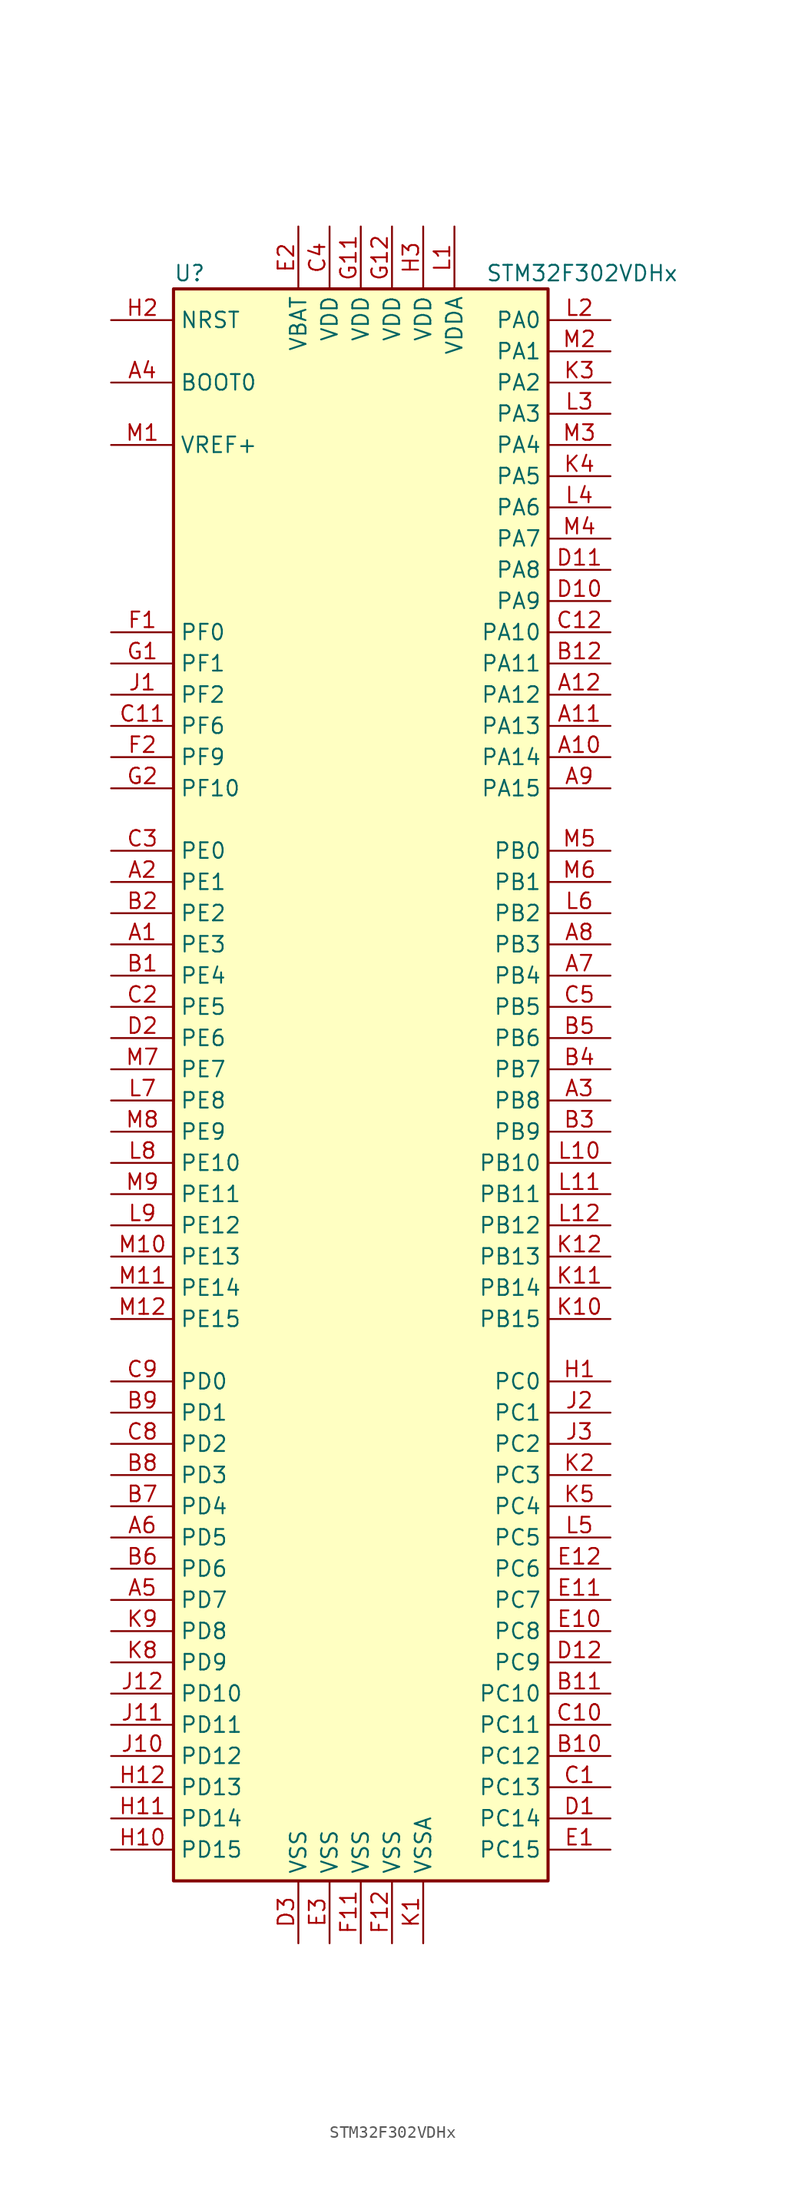
<source format=kicad_sym>
(kicad_symbol_lib
  (version 20201005)
  (generator kicad_symbol_editor)
  (symbol "STM32F302VDHx"
    (property "Reference" "U"
      (at -15.24 64.77 0)
      (effects (font (size 1.27 1.27)) (justify left)))
    (property "Value" "STM32F302VDHx"
      (at 10.16 64.77 0)
      (effects (font (size 1.27 1.27)) (justify left)))
    (symbol "STM32F302VDHx_0_1"
      (rectangle (start -15.24 -66.04) (end 15.24 63.5) (stroke (width 0.254)) (fill (type background))))
    (symbol "STM32F302VDHx_1_1"
      (pin bidirectional line (at -20.32 10.16 0) (length 5.08) (name "PE3" (effects (font (size 1.27 1.27)))) (number "A1" (effects (font (size 1.27 1.27)))))
      (pin bidirectional line (at 20.32 25.4 180) (length 5.08) (name "PA14" (effects (font (size 1.27 1.27)))) (number "A10" (effects (font (size 1.27 1.27)))))
      (pin bidirectional line (at 20.32 27.94 180) (length 5.08) (name "PA13" (effects (font (size 1.27 1.27)))) (number "A11" (effects (font (size 1.27 1.27)))))
      (pin bidirectional line (at 20.32 30.48 180) (length 5.08) (name "PA12" (effects (font (size 1.27 1.27)))) (number "A12" (effects (font (size 1.27 1.27)))))
      (pin bidirectional line (at -20.32 15.24 0) (length 5.08) (name "PE1" (effects (font (size 1.27 1.27)))) (number "A2" (effects (font (size 1.27 1.27)))))
      (pin bidirectional line (at 20.32 -2.54 180) (length 5.08) (name "PB8" (effects (font (size 1.27 1.27)))) (number "A3" (effects (font (size 1.27 1.27)))))
      (pin input line (at -20.32 55.88 0) (length 5.08) (name "BOOT0" (effects (font (size 1.27 1.27)))) (number "A4" (effects (font (size 1.27 1.27)))))
      (pin bidirectional line (at -20.32 -43.18 0) (length 5.08) (name "PD7" (effects (font (size 1.27 1.27)))) (number "A5" (effects (font (size 1.27 1.27)))))
      (pin bidirectional line (at -20.32 -38.1 0) (length 5.08) (name "PD5" (effects (font (size 1.27 1.27)))) (number "A6" (effects (font (size 1.27 1.27)))))
      (pin bidirectional line (at 20.32 7.62 180) (length 5.08) (name "PB4" (effects (font (size 1.27 1.27)))) (number "A7" (effects (font (size 1.27 1.27)))))
      (pin bidirectional line (at 20.32 10.16 180) (length 5.08) (name "PB3" (effects (font (size 1.27 1.27)))) (number "A8" (effects (font (size 1.27 1.27)))))
      (pin bidirectional line (at 20.32 22.86 180) (length 5.08) (name "PA15" (effects (font (size 1.27 1.27)))) (number "A9" (effects (font (size 1.27 1.27)))))
      (pin bidirectional line (at -20.32 7.62 0) (length 5.08) (name "PE4" (effects (font (size 1.27 1.27)))) (number "B1" (effects (font (size 1.27 1.27)))))
      (pin bidirectional line (at 20.32 -55.88 180) (length 5.08) (name "PC12" (effects (font (size 1.27 1.27)))) (number "B10" (effects (font (size 1.27 1.27)))))
      (pin bidirectional line (at 20.32 -50.8 180) (length 5.08) (name "PC10" (effects (font (size 1.27 1.27)))) (number "B11" (effects (font (size 1.27 1.27)))))
      (pin bidirectional line (at 20.32 33.02 180) (length 5.08) (name "PA11" (effects (font (size 1.27 1.27)))) (number "B12" (effects (font (size 1.27 1.27)))))
      (pin bidirectional line (at -20.32 12.7 0) (length 5.08) (name "PE2" (effects (font (size 1.27 1.27)))) (number "B2" (effects (font (size 1.27 1.27)))))
      (pin bidirectional line (at 20.32 -5.08 180) (length 5.08) (name "PB9" (effects (font (size 1.27 1.27)))) (number "B3" (effects (font (size 1.27 1.27)))))
      (pin bidirectional line (at 20.32 0 180) (length 5.08) (name "PB7" (effects (font (size 1.27 1.27)))) (number "B4" (effects (font (size 1.27 1.27)))))
      (pin bidirectional line (at 20.32 2.54 180) (length 5.08) (name "PB6" (effects (font (size 1.27 1.27)))) (number "B5" (effects (font (size 1.27 1.27)))))
      (pin bidirectional line (at -20.32 -40.64 0) (length 5.08) (name "PD6" (effects (font (size 1.27 1.27)))) (number "B6" (effects (font (size 1.27 1.27)))))
      (pin bidirectional line (at -20.32 -35.56 0) (length 5.08) (name "PD4" (effects (font (size 1.27 1.27)))) (number "B7" (effects (font (size 1.27 1.27)))))
      (pin bidirectional line (at -20.32 -33.02 0) (length 5.08) (name "PD3" (effects (font (size 1.27 1.27)))) (number "B8" (effects (font (size 1.27 1.27)))))
      (pin bidirectional line (at -20.32 -27.94 0) (length 5.08) (name "PD1" (effects (font (size 1.27 1.27)))) (number "B9" (effects (font (size 1.27 1.27)))))
      (pin bidirectional line (at 20.32 -58.42 180) (length 5.08) (name "PC13" (effects (font (size 1.27 1.27)))) (number "C1" (effects (font (size 1.27 1.27)))))
      (pin bidirectional line (at 20.32 -53.34 180) (length 5.08) (name "PC11" (effects (font (size 1.27 1.27)))) (number "C10" (effects (font (size 1.27 1.27)))))
      (pin bidirectional line (at -20.32 27.94 0) (length 5.08) (name "PF6" (effects (font (size 1.27 1.27)))) (number "C11" (effects (font (size 1.27 1.27)))))
      (pin bidirectional line (at 20.32 35.56 180) (length 5.08) (name "PA10" (effects (font (size 1.27 1.27)))) (number "C12" (effects (font (size 1.27 1.27)))))
      (pin bidirectional line (at -20.32 5.08 0) (length 5.08) (name "PE5" (effects (font (size 1.27 1.27)))) (number "C2" (effects (font (size 1.27 1.27)))))
      (pin bidirectional line (at -20.32 17.78 0) (length 5.08) (name "PE0" (effects (font (size 1.27 1.27)))) (number "C3" (effects (font (size 1.27 1.27)))))
      (pin power_in line (at -2.54 68.58 270) (length 5.08) (name "VDD" (effects (font (size 1.27 1.27)))) (number "C4" (effects (font (size 1.27 1.27)))))
      (pin bidirectional line (at 20.32 5.08 180) (length 5.08) (name "PB5" (effects (font (size 1.27 1.27)))) (number "C5" (effects (font (size 1.27 1.27)))))
      (pin bidirectional line (at -20.32 -30.48 0) (length 5.08) (name "PD2" (effects (font (size 1.27 1.27)))) (number "C8" (effects (font (size 1.27 1.27)))))
      (pin bidirectional line (at -20.32 -25.4 0) (length 5.08) (name "PD0" (effects (font (size 1.27 1.27)))) (number "C9" (effects (font (size 1.27 1.27)))))
      (pin bidirectional line (at 20.32 -60.96 180) (length 5.08) (name "PC14" (effects (font (size 1.27 1.27)))) (number "D1" (effects (font (size 1.27 1.27)))))
      (pin bidirectional line (at 20.32 38.1 180) (length 5.08) (name "PA9" (effects (font (size 1.27 1.27)))) (number "D10" (effects (font (size 1.27 1.27)))))
      (pin bidirectional line (at 20.32 40.64 180) (length 5.08) (name "PA8" (effects (font (size 1.27 1.27)))) (number "D11" (effects (font (size 1.27 1.27)))))
      (pin bidirectional line (at 20.32 -48.26 180) (length 5.08) (name "PC9" (effects (font (size 1.27 1.27)))) (number "D12" (effects (font (size 1.27 1.27)))))
      (pin bidirectional line (at -20.32 2.54 0) (length 5.08) (name "PE6" (effects (font (size 1.27 1.27)))) (number "D2" (effects (font (size 1.27 1.27)))))
      (pin power_in line (at -5.08 -71.12 90) (length 5.08) (name "VSS" (effects (font (size 1.27 1.27)))) (number "D3" (effects (font (size 1.27 1.27)))))
      (pin bidirectional line (at 20.32 -63.5 180) (length 5.08) (name "PC15" (effects (font (size 1.27 1.27)))) (number "E1" (effects (font (size 1.27 1.27)))))
      (pin bidirectional line (at 20.32 -45.72 180) (length 5.08) (name "PC8" (effects (font (size 1.27 1.27)))) (number "E10" (effects (font (size 1.27 1.27)))))
      (pin bidirectional line (at 20.32 -43.18 180) (length 5.08) (name "PC7" (effects (font (size 1.27 1.27)))) (number "E11" (effects (font (size 1.27 1.27)))))
      (pin bidirectional line (at 20.32 -40.64 180) (length 5.08) (name "PC6" (effects (font (size 1.27 1.27)))) (number "E12" (effects (font (size 1.27 1.27)))))
      (pin power_in line (at -5.08 68.58 270) (length 5.08) (name "VBAT" (effects (font (size 1.27 1.27)))) (number "E2" (effects (font (size 1.27 1.27)))))
      (pin power_in line (at -2.54 -71.12 90) (length 5.08) (name "VSS" (effects (font (size 1.27 1.27)))) (number "E3" (effects (font (size 1.27 1.27)))))
      (pin input line (at -20.32 35.56 0) (length 5.08) (name "PF0" (effects (font (size 1.27 1.27)))) (number "F1" (effects (font (size 1.27 1.27)))))
      (pin power_in line (at 0 -71.12 90) (length 5.08) (name "VSS" (effects (font (size 1.27 1.27)))) (number "F11" (effects (font (size 1.27 1.27)))))
      (pin power_in line (at 2.54 -71.12 90) (length 5.08) (name "VSS" (effects (font (size 1.27 1.27)))) (number "F12" (effects (font (size 1.27 1.27)))))
      (pin bidirectional line (at -20.32 25.4 0) (length 5.08) (name "PF9" (effects (font (size 1.27 1.27)))) (number "F2" (effects (font (size 1.27 1.27)))))
      (pin input line (at -20.32 33.02 0) (length 5.08) (name "PF1" (effects (font (size 1.27 1.27)))) (number "G1" (effects (font (size 1.27 1.27)))))
      (pin power_in line (at 0 68.58 270) (length 5.08) (name "VDD" (effects (font (size 1.27 1.27)))) (number "G11" (effects (font (size 1.27 1.27)))))
      (pin power_in line (at 2.54 68.58 270) (length 5.08) (name "VDD" (effects (font (size 1.27 1.27)))) (number "G12" (effects (font (size 1.27 1.27)))))
      (pin bidirectional line (at -20.32 22.86 0) (length 5.08) (name "PF10" (effects (font (size 1.27 1.27)))) (number "G2" (effects (font (size 1.27 1.27)))))
      (pin bidirectional line (at 20.32 -25.4 180) (length 5.08) (name "PC0" (effects (font (size 1.27 1.27)))) (number "H1" (effects (font (size 1.27 1.27)))))
      (pin bidirectional line (at -20.32 -63.5 0) (length 5.08) (name "PD15" (effects (font (size 1.27 1.27)))) (number "H10" (effects (font (size 1.27 1.27)))))
      (pin bidirectional line (at -20.32 -60.96 0) (length 5.08) (name "PD14" (effects (font (size 1.27 1.27)))) (number "H11" (effects (font (size 1.27 1.27)))))
      (pin bidirectional line (at -20.32 -58.42 0) (length 5.08) (name "PD13" (effects (font (size 1.27 1.27)))) (number "H12" (effects (font (size 1.27 1.27)))))
      (pin input line (at -20.32 60.96 0) (length 5.08) (name "NRST" (effects (font (size 1.27 1.27)))) (number "H2" (effects (font (size 1.27 1.27)))))
      (pin power_in line (at 5.08 68.58 270) (length 5.08) (name "VDD" (effects (font (size 1.27 1.27)))) (number "H3" (effects (font (size 1.27 1.27)))))
      (pin bidirectional line (at -20.32 30.48 0) (length 5.08) (name "PF2" (effects (font (size 1.27 1.27)))) (number "J1" (effects (font (size 1.27 1.27)))))
      (pin bidirectional line (at -20.32 -55.88 0) (length 5.08) (name "PD12" (effects (font (size 1.27 1.27)))) (number "J10" (effects (font (size 1.27 1.27)))))
      (pin bidirectional line (at -20.32 -53.34 0) (length 5.08) (name "PD11" (effects (font (size 1.27 1.27)))) (number "J11" (effects (font (size 1.27 1.27)))))
      (pin bidirectional line (at -20.32 -50.8 0) (length 5.08) (name "PD10" (effects (font (size 1.27 1.27)))) (number "J12" (effects (font (size 1.27 1.27)))))
      (pin bidirectional line (at 20.32 -27.94 180) (length 5.08) (name "PC1" (effects (font (size 1.27 1.27)))) (number "J2" (effects (font (size 1.27 1.27)))))
      (pin bidirectional line (at 20.32 -30.48 180) (length 5.08) (name "PC2" (effects (font (size 1.27 1.27)))) (number "J3" (effects (font (size 1.27 1.27)))))
      (pin power_in line (at 5.08 -71.12 90) (length 5.08) (name "VSSA" (effects (font (size 1.27 1.27)))) (number "K1" (effects (font (size 1.27 1.27)))))
      (pin bidirectional line (at 20.32 -20.32 180) (length 5.08) (name "PB15" (effects (font (size 1.27 1.27)))) (number "K10" (effects (font (size 1.27 1.27)))))
      (pin bidirectional line (at 20.32 -17.78 180) (length 5.08) (name "PB14" (effects (font (size 1.27 1.27)))) (number "K11" (effects (font (size 1.27 1.27)))))
      (pin bidirectional line (at 20.32 -15.24 180) (length 5.08) (name "PB13" (effects (font (size 1.27 1.27)))) (number "K12" (effects (font (size 1.27 1.27)))))
      (pin bidirectional line (at 20.32 -33.02 180) (length 5.08) (name "PC3" (effects (font (size 1.27 1.27)))) (number "K2" (effects (font (size 1.27 1.27)))))
      (pin bidirectional line (at 20.32 55.88 180) (length 5.08) (name "PA2" (effects (font (size 1.27 1.27)))) (number "K3" (effects (font (size 1.27 1.27)))))
      (pin bidirectional line (at 20.32 48.26 180) (length 5.08) (name "PA5" (effects (font (size 1.27 1.27)))) (number "K4" (effects (font (size 1.27 1.27)))))
      (pin bidirectional line (at 20.32 -35.56 180) (length 5.08) (name "PC4" (effects (font (size 1.27 1.27)))) (number "K5" (effects (font (size 1.27 1.27)))))
      (pin bidirectional line (at -20.32 -48.26 0) (length 5.08) (name "PD9" (effects (font (size 1.27 1.27)))) (number "K8" (effects (font (size 1.27 1.27)))))
      (pin bidirectional line (at -20.32 -45.72 0) (length 5.08) (name "PD8" (effects (font (size 1.27 1.27)))) (number "K9" (effects (font (size 1.27 1.27)))))
      (pin power_in line (at 7.62 68.58 270) (length 5.08) (name "VDDA" (effects (font (size 1.27 1.27)))) (number "L1" (effects (font (size 1.27 1.27)))))
      (pin bidirectional line (at 20.32 -7.62 180) (length 5.08) (name "PB10" (effects (font (size 1.27 1.27)))) (number "L10" (effects (font (size 1.27 1.27)))))
      (pin bidirectional line (at 20.32 -10.16 180) (length 5.08) (name "PB11" (effects (font (size 1.27 1.27)))) (number "L11" (effects (font (size 1.27 1.27)))))
      (pin bidirectional line (at 20.32 -12.7 180) (length 5.08) (name "PB12" (effects (font (size 1.27 1.27)))) (number "L12" (effects (font (size 1.27 1.27)))))
      (pin bidirectional line (at 20.32 60.96 180) (length 5.08) (name "PA0" (effects (font (size 1.27 1.27)))) (number "L2" (effects (font (size 1.27 1.27)))))
      (pin bidirectional line (at 20.32 53.34 180) (length 5.08) (name "PA3" (effects (font (size 1.27 1.27)))) (number "L3" (effects (font (size 1.27 1.27)))))
      (pin bidirectional line (at 20.32 45.72 180) (length 5.08) (name "PA6" (effects (font (size 1.27 1.27)))) (number "L4" (effects (font (size 1.27 1.27)))))
      (pin bidirectional line (at 20.32 -38.1 180) (length 5.08) (name "PC5" (effects (font (size 1.27 1.27)))) (number "L5" (effects (font (size 1.27 1.27)))))
      (pin bidirectional line (at 20.32 12.7 180) (length 5.08) (name "PB2" (effects (font (size 1.27 1.27)))) (number "L6" (effects (font (size 1.27 1.27)))))
      (pin bidirectional line (at -20.32 -2.54 0) (length 5.08) (name "PE8" (effects (font (size 1.27 1.27)))) (number "L7" (effects (font (size 1.27 1.27)))))
      (pin bidirectional line (at -20.32 -7.62 0) (length 5.08) (name "PE10" (effects (font (size 1.27 1.27)))) (number "L8" (effects (font (size 1.27 1.27)))))
      (pin bidirectional line (at -20.32 -12.7 0) (length 5.08) (name "PE12" (effects (font (size 1.27 1.27)))) (number "L9" (effects (font (size 1.27 1.27)))))
      (pin power_in line (at -20.32 50.8 0) (length 5.08) (name "VREF+" (effects (font (size 1.27 1.27)))) (number "M1" (effects (font (size 1.27 1.27)))))
      (pin bidirectional line (at -20.32 -15.24 0) (length 5.08) (name "PE13" (effects (font (size 1.27 1.27)))) (number "M10" (effects (font (size 1.27 1.27)))))
      (pin bidirectional line (at -20.32 -17.78 0) (length 5.08) (name "PE14" (effects (font (size 1.27 1.27)))) (number "M11" (effects (font (size 1.27 1.27)))))
      (pin bidirectional line (at -20.32 -20.32 0) (length 5.08) (name "PE15" (effects (font (size 1.27 1.27)))) (number "M12" (effects (font (size 1.27 1.27)))))
      (pin bidirectional line (at 20.32 58.42 180) (length 5.08) (name "PA1" (effects (font (size 1.27 1.27)))) (number "M2" (effects (font (size 1.27 1.27)))))
      (pin bidirectional line (at 20.32 50.8 180) (length 5.08) (name "PA4" (effects (font (size 1.27 1.27)))) (number "M3" (effects (font (size 1.27 1.27)))))
      (pin bidirectional line (at 20.32 43.18 180) (length 5.08) (name "PA7" (effects (font (size 1.27 1.27)))) (number "M4" (effects (font (size 1.27 1.27)))))
      (pin bidirectional line (at 20.32 17.78 180) (length 5.08) (name "PB0" (effects (font (size 1.27 1.27)))) (number "M5" (effects (font (size 1.27 1.27)))))
      (pin bidirectional line (at 20.32 15.24 180) (length 5.08) (name "PB1" (effects (font (size 1.27 1.27)))) (number "M6" (effects (font (size 1.27 1.27)))))
      (pin bidirectional line (at -20.32 0 0) (length 5.08) (name "PE7" (effects (font (size 1.27 1.27)))) (number "M7" (effects (font (size 1.27 1.27)))))
      (pin bidirectional line (at -20.32 -5.08 0) (length 5.08) (name "PE9" (effects (font (size 1.27 1.27)))) (number "M8" (effects (font (size 1.27 1.27)))))
      (pin bidirectional line (at -20.32 -10.16 0) (length 5.08) (name "PE11" (effects (font (size 1.27 1.27)))) (number "M9" (effects (font (size 1.27 1.27))))))))
</source>
